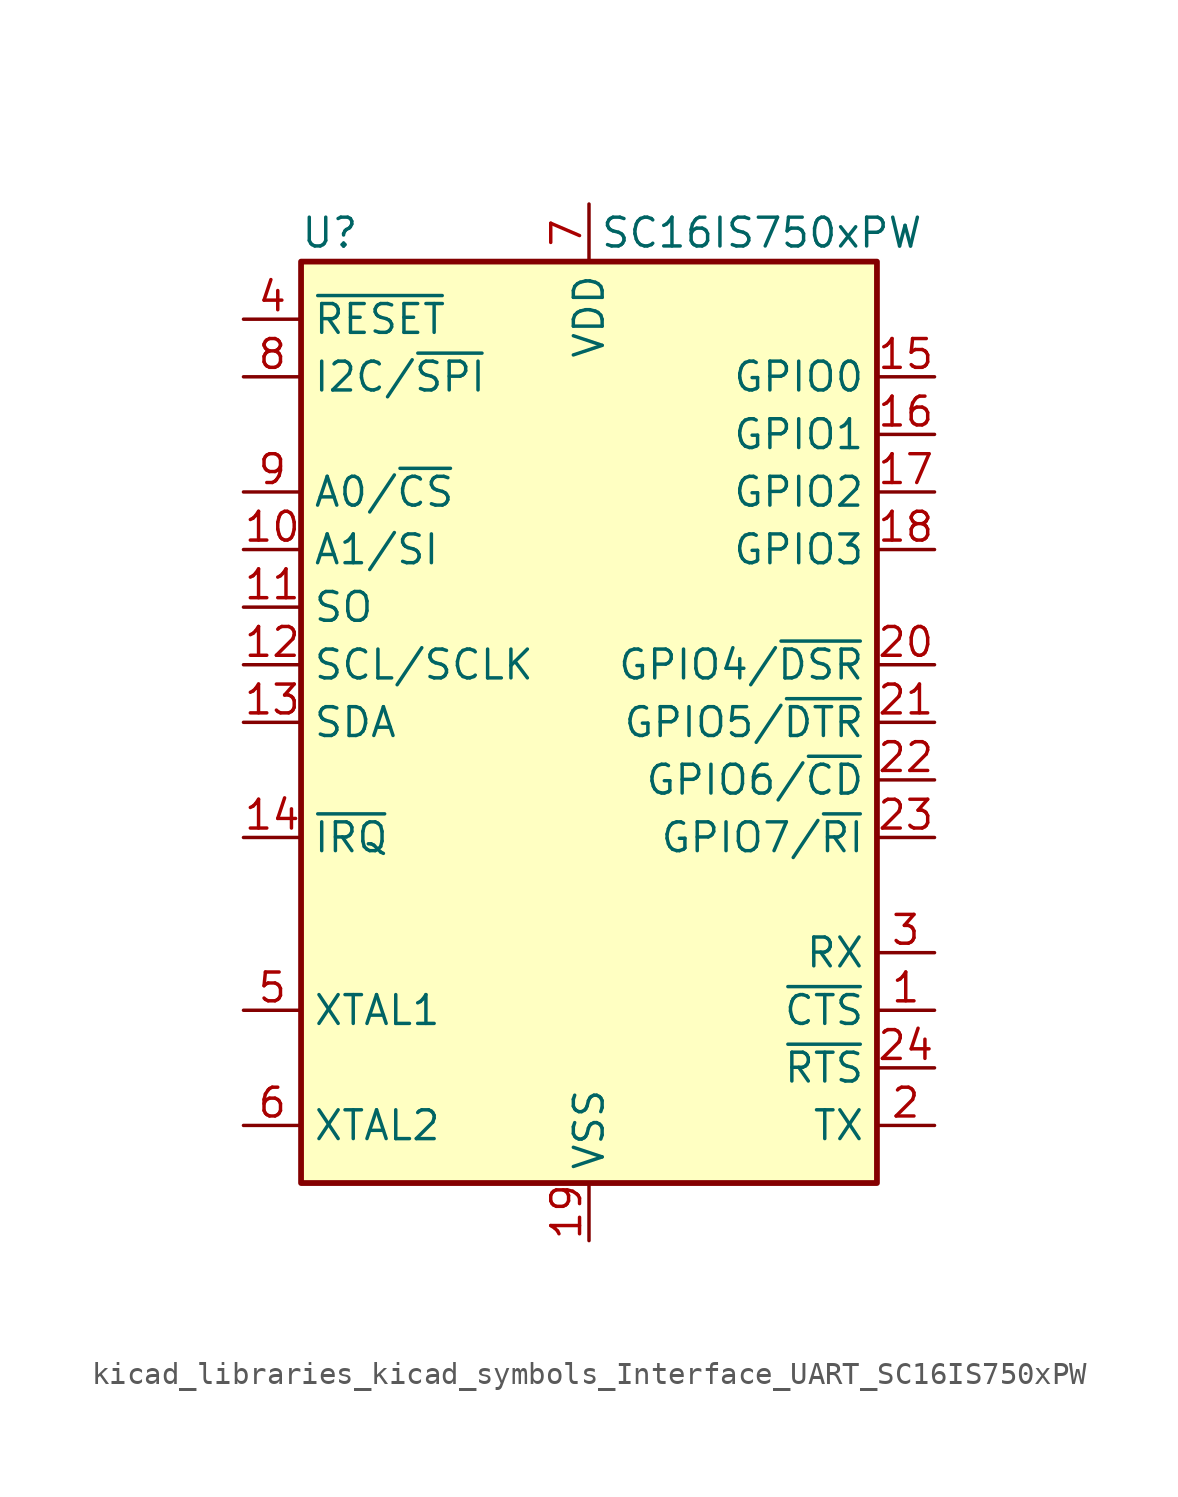
<source format=kicad_sym>
(kicad_symbol_lib
  (version 20220914)
  (generator kicad_symbol_editor)
  (symbol "kicad_libraries_kicad_symbols_Interface_UART_SC16IS750xPW"
    (property "Reference" "U"
      (at -11.43 21.59 0)
      (effects (font (size 1.27 1.27))))
    (property "Value" "SC16IS750xPW"
      (at 7.62 21.59 0)
      (effects (font (size 1.27 1.27))))
    (symbol "kicad_libraries_kicad_symbols_Interface_UART_SC16IS750xPW_0_1"
      (rectangle (start -12.7 20.32) (end 12.7 -20.32) (stroke (width 0.254) (type default)) (fill (type background))))
    (symbol "kicad_libraries_kicad_symbols_Interface_UART_SC16IS750xPW_1_1"
      (pin input line (at 15.24 -12.7 180) (length 2.54) (name "~{CTS}" (effects (font (size 1.27 1.27)))) (number "1" (effects (font (size 1.27 1.27)))))
      (pin input line (at -15.24 7.62 0) (length 2.54) (name "A1/SI" (effects (font (size 1.27 1.27)))) (number "10" (effects (font (size 1.27 1.27)))))
      (pin output line (at -15.24 5.08 0) (length 2.54) (name "SO" (effects (font (size 1.27 1.27)))) (number "11" (effects (font (size 1.27 1.27)))))
      (pin input line (at -15.24 2.54 0) (length 2.54) (name "SCL/SCLK" (effects (font (size 1.27 1.27)))) (number "12" (effects (font (size 1.27 1.27)))))
      (pin bidirectional line (at -15.24 0 0) (length 2.54) (name "SDA" (effects (font (size 1.27 1.27)))) (number "13" (effects (font (size 1.27 1.27)))))
      (pin open_collector line (at -15.24 -5.08 0) (length 2.54) (name "~{IRQ}" (effects (font (size 1.27 1.27)))) (number "14" (effects (font (size 1.27 1.27)))))
      (pin bidirectional line (at 15.24 15.24 180) (length 2.54) (name "GPIO0" (effects (font (size 1.27 1.27)))) (number "15" (effects (font (size 1.27 1.27)))))
      (pin bidirectional line (at 15.24 12.7 180) (length 2.54) (name "GPIO1" (effects (font (size 1.27 1.27)))) (number "16" (effects (font (size 1.27 1.27)))))
      (pin bidirectional line (at 15.24 10.16 180) (length 2.54) (name "GPIO2" (effects (font (size 1.27 1.27)))) (number "17" (effects (font (size 1.27 1.27)))))
      (pin bidirectional line (at 15.24 7.62 180) (length 2.54) (name "GPIO3" (effects (font (size 1.27 1.27)))) (number "18" (effects (font (size 1.27 1.27)))))
      (pin power_in line (at 0 -22.86 90) (length 2.54) (name "VSS" (effects (font (size 1.27 1.27)))) (number "19" (effects (font (size 1.27 1.27)))))
      (pin output line (at 15.24 -17.78 180) (length 2.54) (name "TX" (effects (font (size 1.27 1.27)))) (number "2" (effects (font (size 1.27 1.27)))))
      (pin bidirectional line (at 15.24 2.54 180) (length 2.54) (name "GPIO4/~{DSR}" (effects (font (size 1.27 1.27)))) (number "20" (effects (font (size 1.27 1.27)))))
      (pin bidirectional line (at 15.24 0 180) (length 2.54) (name "GPIO5/~{DTR}" (effects (font (size 1.27 1.27)))) (number "21" (effects (font (size 1.27 1.27)))))
      (pin bidirectional line (at 15.24 -2.54 180) (length 2.54) (name "GPIO6/~{CD}" (effects (font (size 1.27 1.27)))) (number "22" (effects (font (size 1.27 1.27)))))
      (pin bidirectional line (at 15.24 -5.08 180) (length 2.54) (name "GPIO7/~{RI}" (effects (font (size 1.27 1.27)))) (number "23" (effects (font (size 1.27 1.27)))))
      (pin output line (at 15.24 -15.24 180) (length 2.54) (name "~{RTS}" (effects (font (size 1.27 1.27)))) (number "24" (effects (font (size 1.27 1.27)))))
      (pin input line (at 15.24 -10.16 180) (length 2.54) (name "RX" (effects (font (size 1.27 1.27)))) (number "3" (effects (font (size 1.27 1.27)))))
      (pin input line (at -15.24 17.78 0) (length 2.54) (name "~{RESET}" (effects (font (size 1.27 1.27)))) (number "4" (effects (font (size 1.27 1.27)))))
      (pin input line (at -15.24 -12.7 0) (length 2.54) (name "XTAL1" (effects (font (size 1.27 1.27)))) (number "5" (effects (font (size 1.27 1.27)))))
      (pin output line (at -15.24 -17.78 0) (length 2.54) (name "XTAL2" (effects (font (size 1.27 1.27)))) (number "6" (effects (font (size 1.27 1.27)))))
      (pin power_in line (at 0 22.86 270) (length 2.54) (name "VDD" (effects (font (size 1.27 1.27)))) (number "7" (effects (font (size 1.27 1.27)))))
      (pin input line (at -15.24 15.24 0) (length 2.54) (name "I2C/~{SPI}" (effects (font (size 1.27 1.27)))) (number "8" (effects (font (size 1.27 1.27)))))
      (pin input line (at -15.24 10.16 0) (length 2.54) (name "A0/~{CS}" (effects (font (size 1.27 1.27)))) (number "9" (effects (font (size 1.27 1.27))))))))
</source>
